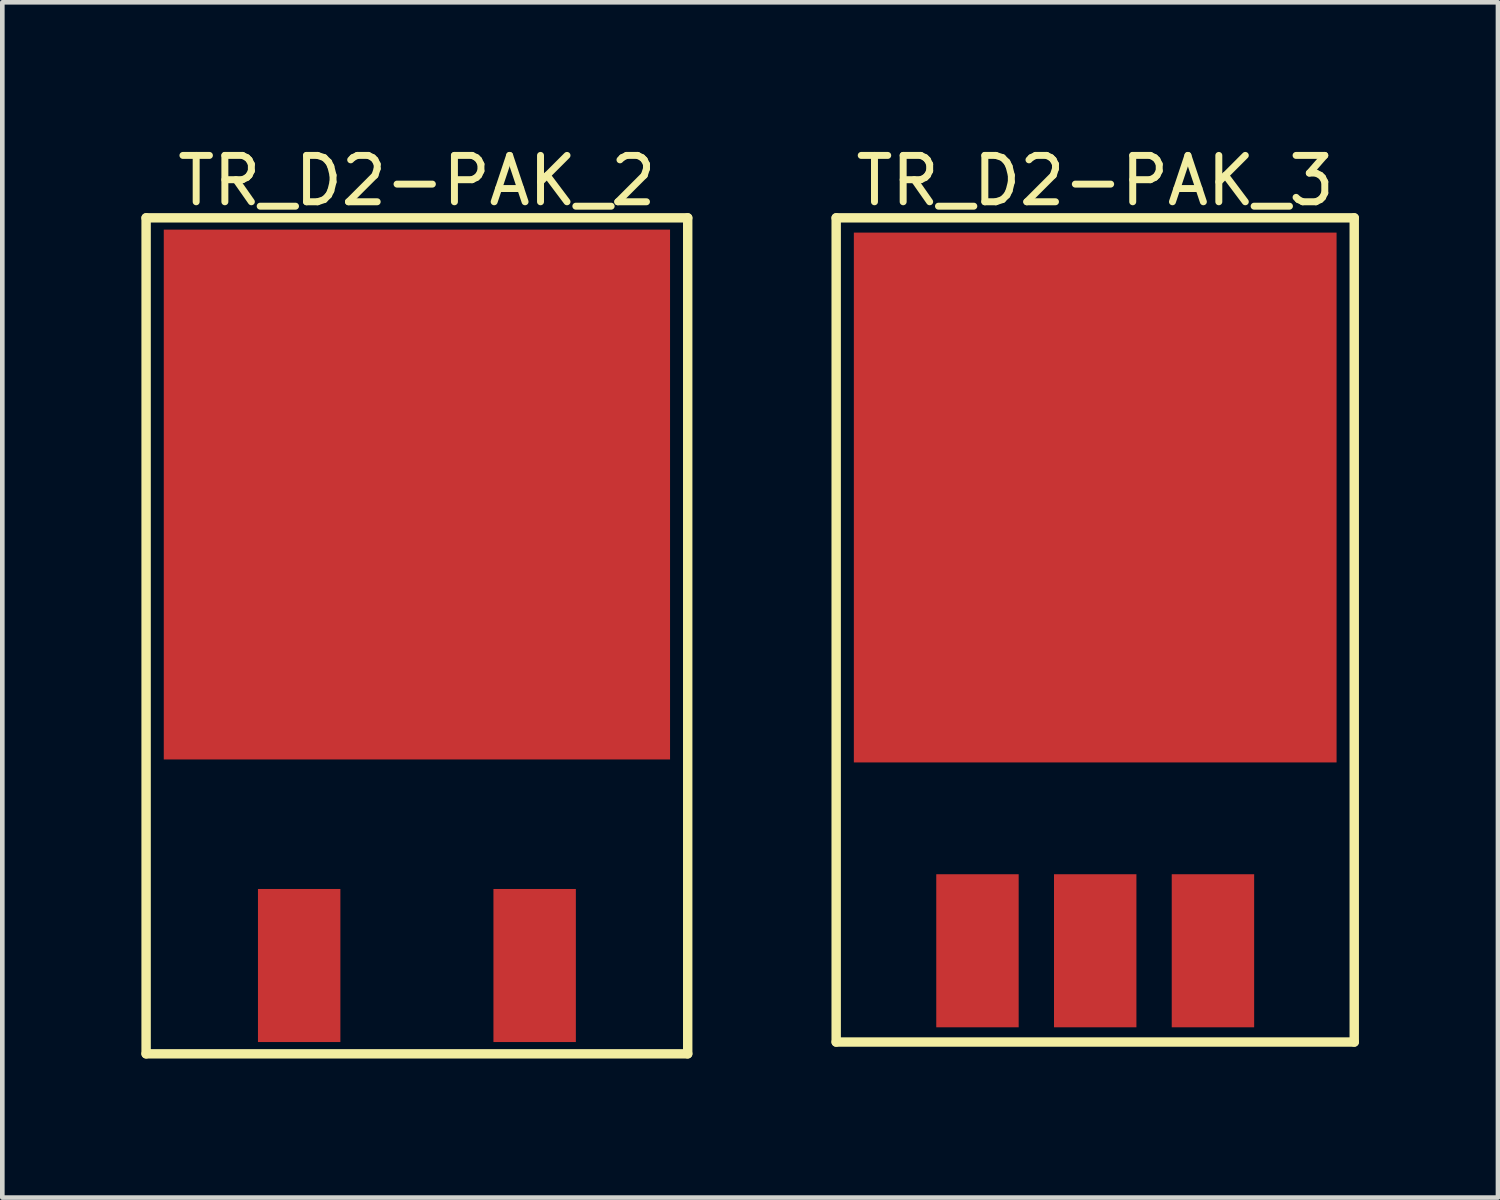
<source format=kicad_pcb>
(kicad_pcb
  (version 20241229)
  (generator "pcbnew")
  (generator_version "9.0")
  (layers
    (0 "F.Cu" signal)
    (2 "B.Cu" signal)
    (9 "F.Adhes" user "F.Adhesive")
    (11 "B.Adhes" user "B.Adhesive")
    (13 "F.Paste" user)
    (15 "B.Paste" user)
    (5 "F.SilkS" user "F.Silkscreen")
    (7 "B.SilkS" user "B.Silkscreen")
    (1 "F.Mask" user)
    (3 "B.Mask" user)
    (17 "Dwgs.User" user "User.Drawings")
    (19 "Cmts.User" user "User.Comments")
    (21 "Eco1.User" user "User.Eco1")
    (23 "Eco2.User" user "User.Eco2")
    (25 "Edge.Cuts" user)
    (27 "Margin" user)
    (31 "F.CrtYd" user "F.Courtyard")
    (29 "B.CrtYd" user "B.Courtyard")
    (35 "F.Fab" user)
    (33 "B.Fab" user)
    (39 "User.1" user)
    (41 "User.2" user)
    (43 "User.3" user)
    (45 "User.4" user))
  (footprint "TR_D2-PAK_2"
    (layer "F.Cu")
    (at 5.944 17.779)
    (property "Reference" "TR_D2-PAK_2" (at 0 -16.931 0) (layer "F.SilkS") (effects (font (size 1 1) (thickness 0.15))))
    (fp_line (start -5.842 -16.129) (end 5.842 -16.129) (stroke (width 0.203) (type solid)) (layer "F.SilkS"))
    (fp_line (start -5.842 1.905) (end -5.842 -16.129) (stroke (width 0.203) (type solid)) (layer "F.SilkS"))
    (fp_line (start -5.842 1.905) (end 5.842 1.905) (stroke (width 0.203) (type solid)) (layer "F.SilkS"))
    (fp_line (start 5.842 1.905) (end 5.842 -16.129) (stroke (width 0.203) (type solid)) (layer "F.SilkS"))
    (pad "B" smd rect (at -2.54 0) (size 1.778 3.302) (layers "F.Cu" "F.Mask" "F.Paste"))
    (pad "C" smd rect (at 0 -10.16) (size 10.922 11.43) (layers "F.Cu" "F.Mask" "F.Paste"))
    (pad "E" smd rect (at 2.54 0) (size 1.778 3.302) (layers "F.Cu" "F.Mask" "F.Paste")))
  (footprint "TR_D2-PAK_3"
    (layer "F.Cu")
    (at 20.577 12.572)
    (property "Reference" "TR_D2-PAK_3" (at 0 -11.724 0) (layer "F.SilkS") (effects (font (size 1 1) (thickness 0.15))))
    (fp_line (start -5.588 -10.922) (end 5.588 -10.922) (stroke (width 0.203) (type solid)) (layer "F.SilkS"))
    (fp_line (start -5.588 6.858) (end -5.588 -10.922) (stroke (width 0.203) (type solid)) (layer "F.SilkS"))
    (fp_line (start -5.588 6.858) (end 5.588 6.858) (stroke (width 0.203) (type solid)) (layer "F.SilkS"))
    (fp_line (start 5.588 6.858) (end 5.588 -10.922) (stroke (width 0.203) (type solid)) (layer "F.SilkS"))
    (pad "B" smd rect (at -2.54 4.889) (size 1.778 3.302) (layers "F.Cu" "F.Mask" "F.Paste"))
    (pad "C" smd rect (at 0 -4.889) (size 10.414 11.43) (layers "F.Cu" "F.Mask" "F.Paste"))
    (pad "C" smd rect (at 0 4.889) (size 1.778 3.302) (layers "F.Cu" "F.Mask" "F.Paste"))
    (pad "E" smd rect (at 2.54 4.889) (size 1.778 3.302) (layers "F.Cu" "F.Mask" "F.Paste")))
  (gr_rect
    (start -3 -3)
    (end 29.266 22.785)
    (stroke (width 0.1) (type default))
    (fill no)
    (layer "Edge.Cuts")))
</source>
